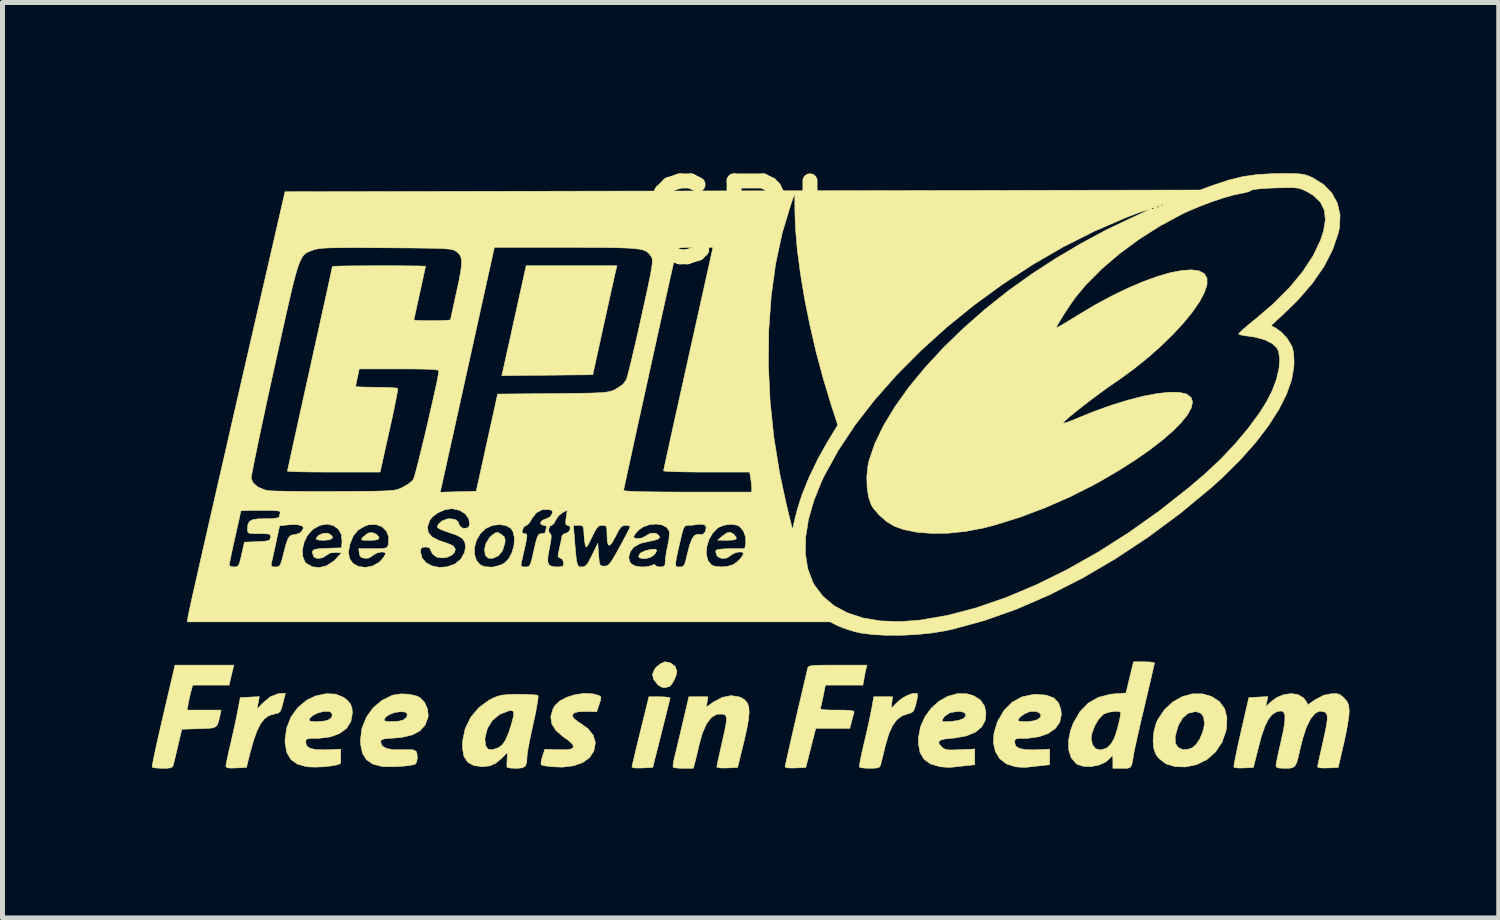
<source format=kicad_pcb>
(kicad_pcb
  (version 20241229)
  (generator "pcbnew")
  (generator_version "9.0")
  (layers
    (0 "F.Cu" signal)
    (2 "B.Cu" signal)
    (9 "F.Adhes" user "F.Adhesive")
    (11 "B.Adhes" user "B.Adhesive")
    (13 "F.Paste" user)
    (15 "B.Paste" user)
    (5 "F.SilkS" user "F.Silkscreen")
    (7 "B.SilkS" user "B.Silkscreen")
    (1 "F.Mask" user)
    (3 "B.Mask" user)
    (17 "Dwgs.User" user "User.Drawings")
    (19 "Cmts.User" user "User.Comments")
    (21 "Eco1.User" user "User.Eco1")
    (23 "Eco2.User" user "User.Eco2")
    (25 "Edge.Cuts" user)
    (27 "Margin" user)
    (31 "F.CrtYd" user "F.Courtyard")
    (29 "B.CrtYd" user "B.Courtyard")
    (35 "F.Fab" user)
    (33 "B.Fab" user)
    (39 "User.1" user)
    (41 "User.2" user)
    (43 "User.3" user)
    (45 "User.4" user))
  (footprint "GPL"
    (layer "F.Cu")
    (at 11.947 1.418)
    (property "Reference" "GPL" (at 0 0 0) (layer "F.SilkS") (effects (font (size 1.524 1.524) (thickness 0.3))))
    (attr through_hole)
    (fp_poly (pts (xy -0.256 6.266) (xy -0.253 6.269) (xy -0.209 6.326) (xy -0.216 6.361) (xy -0.281 6.378) (xy -0.393 6.382) (xy -0.585 6.381) (xy -0.491 6.299) (xy -0.398 6.233) (xy -0.325 6.222) (xy -0.256 6.266)) (stroke (width 0.01) (type solid)) (fill yes) (layer "F.SilkS"))
    (fp_poly (pts (xy -8.389 6.249) (xy -8.325 6.3) (xy -8.323 6.342) (xy -8.379 6.372) (xy -8.49 6.383) (xy -8.492 6.383) (xy -8.598 6.378) (xy -8.645 6.36) (xy -8.648 6.342) (xy -8.599 6.283) (xy -8.514 6.245) (xy -8.425 6.238) (xy -8.389 6.249)) (stroke (width 0.01) (type solid)) (fill yes) (layer "F.SilkS"))
    (fp_poly (pts (xy -1.806 6.584) (xy -1.832 6.641) (xy -1.872 6.684) (xy -1.94 6.727) (xy -2.026 6.749) (xy -2.107 6.75) (xy -2.162 6.728) (xy -2.172 6.702) (xy -2.141 6.642) (xy -2.045 6.595) (xy -1.929 6.566) (xy -1.838 6.56) (xy -1.806 6.584)) (stroke (width 0.01) (type solid)) (fill yes) (layer "F.SilkS"))
    (fp_poly (pts (xy -7.431 6.265) (xy -7.389 6.318) (xy -7.386 6.334) (xy -7.403 6.364) (xy -7.463 6.379) (xy -7.575 6.383) (xy -7.681 6.382) (xy -7.731 6.375) (xy -7.736 6.356) (xy -7.707 6.32) (xy -7.704 6.317) (xy -7.635 6.259) (xy -7.583 6.232) (xy -7.506 6.231) (xy -7.431 6.265)) (stroke (width 0.01) (type solid)) (fill yes) (layer "F.SilkS"))
    (fp_poly (pts (xy -4.93 6.263) (xy -4.928 6.265) (xy -4.869 6.314) (xy -4.851 6.373) (xy -4.858 6.444) (xy -4.905 6.592) (xy -4.987 6.694) (xy -5.096 6.743) (xy -5.108 6.745) (xy -5.19 6.741) (xy -5.237 6.699) (xy -5.252 6.671) (xy -5.267 6.564) (xy -5.236 6.442) (xy -5.166 6.329) (xy -5.107 6.273) (xy -5.042 6.23) (xy -4.994 6.227) (xy -4.93 6.263)) (stroke (width 0.01) (type solid)) (fill yes) (layer "F.SilkS"))
    (fp_poly (pts (xy -2.629 0.961) (xy -2.642 1.016) (xy -2.667 1.127) (xy -2.702 1.286) (xy -2.746 1.484) (xy -2.796 1.711) (xy -2.851 1.959) (xy -2.872 2.055) (xy -3.092 3.058) (xy -4.92 3.076) (xy -4.903 3) (xy -4.891 2.95) (xy -4.867 2.842) (xy -4.833 2.687) (xy -4.789 2.492) (xy -4.739 2.266) (xy -4.685 2.018) (xy -4.658 1.897) (xy -4.431 0.869) (xy -2.606 0.869) (xy -2.629 0.961)) (stroke (width 0.01) (type solid)) (fill yes) (layer "F.SilkS"))
    (fp_poly (pts (xy -1.522 8.849) (xy -1.44 8.915) (xy -1.404 9.007) (xy -1.404 9.017) (xy -1.419 9.096) (xy -1.457 9.188) (xy -1.504 9.269) (xy -1.551 9.319) (xy -1.568 9.324) (xy -1.625 9.336) (xy -1.647 9.343) (xy -1.703 9.335) (xy -1.775 9.292) (xy -1.783 9.285) (xy -1.871 9.177) (xy -1.893 9.072) (xy -1.849 8.968) (xy -1.811 8.924) (xy -1.729 8.86) (xy -1.65 8.825) (xy -1.631 8.823) (xy -1.522 8.849)) (stroke (width 0.01) (type solid)) (fill yes) (layer "F.SilkS"))
    (fp_poly (pts (xy -1.642 9.529) (xy -1.566 9.538) (xy -1.539 9.55) (xy -1.548 9.589) (xy -1.57 9.682) (xy -1.605 9.82) (xy -1.648 9.994) (xy -1.698 10.193) (xy -1.715 10.26) (xy -1.888 10.945) (xy -2.097 10.955) (xy -2.205 10.957) (xy -2.281 10.95) (xy -2.306 10.939) (xy -2.299 10.9) (xy -2.277 10.806) (xy -2.245 10.667) (xy -2.203 10.492) (xy -2.154 10.292) (xy -2.136 10.218) (xy -1.965 9.525) (xy -1.751 9.525) (xy -1.642 9.529)) (stroke (width 0.01) (type solid)) (fill yes) (layer "F.SilkS"))
    (fp_poly (pts (xy -9.315 9.655) (xy -9.344 9.764) (xy -9.373 9.825) (xy -9.414 9.855) (xy -9.482 9.87) (xy -9.491 9.872) (xy -9.595 9.903) (xy -9.685 9.967) (xy -9.764 10.068) (xy -9.837 10.214) (xy -9.907 10.411) (xy -9.978 10.666) (xy -10.002 10.762) (xy -10.047 10.945) (xy -10.254 10.955) (xy -10.372 10.958) (xy -10.436 10.949) (xy -10.46 10.926) (xy -10.461 10.917) (xy -10.453 10.866) (xy -10.433 10.765) (xy -10.404 10.631) (xy -10.374 10.506) (xy -10.331 10.316) (xy -10.285 10.111) (xy -10.246 9.922) (xy -10.23 9.842) (xy -10.172 9.542) (xy -9.789 9.522) (xy -9.812 9.648) (xy -9.836 9.775) (xy -9.72 9.651) (xy -9.568 9.525) (xy -9.412 9.464) (xy -9.343 9.458) (xy -9.265 9.458) (xy -9.315 9.655)) (stroke (width 0.01) (type solid)) (fill yes) (layer "F.SilkS"))
    (fp_poly (pts (xy -10.327 8.999) (xy -10.353 9.107) (xy -10.375 9.199) (xy -10.395 9.291) (xy -11.126 9.291) (xy -11.161 9.416) (xy -11.192 9.54) (xy -11.217 9.664) (xy -11.217 9.667) (xy -11.238 9.792) (xy -10.556 9.792) (xy -10.579 9.901) (xy -10.605 10.013) (xy -10.631 10.086) (xy -10.672 10.13) (xy -10.741 10.153) (xy -10.851 10.162) (xy -11.002 10.167) (xy -11.345 10.177) (xy -11.42 10.494) (xy -11.454 10.64) (xy -11.485 10.768) (xy -11.507 10.859) (xy -11.513 10.887) (xy -11.531 10.929) (xy -11.568 10.952) (xy -11.642 10.961) (xy -11.729 10.962) (xy -11.837 10.958) (xy -11.915 10.948) (xy -11.942 10.937) (xy -11.938 10.899) (xy -11.92 10.805) (xy -11.891 10.662) (xy -11.851 10.477) (xy -11.802 10.26) (xy -11.747 10.019) (xy -11.719 9.901) (xy -11.483 8.89) (xy -10.299 8.89) (xy -10.327 8.999)) (stroke (width 0.01) (type solid)) (fill yes) (layer "F.SilkS"))
    (fp_poly (pts (xy 3.429 9.467) (xy 3.431 9.506) (xy 3.417 9.588) (xy 3.4 9.662) (xy 3.369 9.768) (xy 3.336 9.825) (xy 3.288 9.853) (xy 3.257 9.861) (xy 3.124 9.905) (xy 3.017 9.984) (xy 2.928 10.104) (xy 2.853 10.273) (xy 2.785 10.501) (xy 2.775 10.544) (xy 2.741 10.684) (xy 2.711 10.803) (xy 2.691 10.884) (xy 2.686 10.904) (xy 2.663 10.938) (xy 2.609 10.956) (xy 2.507 10.962) (xy 2.473 10.962) (xy 2.365 10.958) (xy 2.288 10.948) (xy 2.262 10.937) (xy 2.264 10.897) (xy 2.28 10.805) (xy 2.307 10.673) (xy 2.343 10.513) (xy 2.356 10.459) (xy 2.401 10.268) (xy 2.444 10.076) (xy 2.481 9.904) (xy 2.506 9.773) (xy 2.508 9.766) (xy 2.551 9.525) (xy 2.928 9.525) (xy 2.914 9.642) (xy 2.9 9.758) (xy 3.031 9.628) (xy 3.123 9.554) (xy 3.228 9.496) (xy 3.328 9.46) (xy 3.404 9.455) (xy 3.429 9.467)) (stroke (width 0.01) (type solid)) (fill yes) (layer "F.SilkS"))
    (fp_poly (pts (xy -3.093 9.465) (xy -2.995 9.49) (xy -2.945 9.512) (xy -2.927 9.541) (xy -2.937 9.597) (xy -2.962 9.674) (xy -3.014 9.826) (xy -3.229 9.82) (xy -3.382 9.826) (xy -3.474 9.854) (xy -3.505 9.9) (xy -3.472 9.962) (xy -3.376 10.036) (xy -3.343 10.055) (xy -3.185 10.169) (xy -3.083 10.298) (xy -3.042 10.435) (xy -3.041 10.455) (xy -3.071 10.616) (xy -3.158 10.748) (xy -3.295 10.847) (xy -3.478 10.912) (xy -3.703 10.939) (xy -3.933 10.929) (xy -4.036 10.915) (xy -4.109 10.898) (xy -4.129 10.888) (xy -4.133 10.846) (xy -4.116 10.765) (xy -4.103 10.722) (xy -4.055 10.578) (xy -3.786 10.589) (xy -3.619 10.589) (xy -3.517 10.571) (xy -3.478 10.533) (xy -3.502 10.475) (xy -3.589 10.396) (xy -3.676 10.336) (xy -3.827 10.209) (xy -3.914 10.071) (xy -3.936 9.924) (xy -3.892 9.77) (xy -3.856 9.707) (xy -3.759 9.611) (xy -3.615 9.535) (xy -3.444 9.482) (xy -3.263 9.457) (xy -3.093 9.465)) (stroke (width 0.01) (type solid)) (fill yes) (layer "F.SilkS"))
    (fp_poly (pts (xy 9.156 9.467) (xy 9.335 9.519) (xy 9.491 9.62) (xy 9.595 9.76) (xy 9.643 9.937) (xy 9.636 10.149) (xy 9.626 10.206) (xy 9.546 10.438) (xy 9.416 10.632) (xy 9.244 10.784) (xy 9.038 10.887) (xy 8.808 10.935) (xy 8.602 10.928) (xy 8.42 10.873) (xy 8.278 10.764) (xy 8.218 10.685) (xy 8.174 10.565) (xy 8.16 10.407) (xy 8.167 10.332) (xy 8.604 10.332) (xy 8.608 10.455) (xy 8.661 10.542) (xy 8.752 10.585) (xy 8.87 10.579) (xy 8.954 10.546) (xy 9.029 10.478) (xy 9.101 10.367) (xy 9.157 10.234) (xy 9.188 10.103) (xy 9.191 10.06) (xy 9.175 9.932) (xy 9.124 9.857) (xy 9.031 9.827) (xy 8.995 9.826) (xy 8.864 9.857) (xy 8.754 9.95) (xy 8.668 10.099) (xy 8.609 10.304) (xy 8.604 10.332) (xy 8.167 10.332) (xy 8.175 10.234) (xy 8.218 10.068) (xy 8.253 9.987) (xy 8.387 9.787) (xy 8.554 9.63) (xy 8.745 9.522) (xy 8.949 9.466) (xy 9.156 9.467)) (stroke (width 0.01) (type solid)) (fill yes) (layer "F.SilkS"))
    (fp_poly (pts (xy 2.396 8.965) (xy 2.377 9.049) (xy 2.357 9.155) (xy 2.355 9.166) (xy 2.332 9.291) (xy 1.579 9.291) (xy 1.539 9.495) (xy 1.515 9.611) (xy 1.494 9.703) (xy 1.481 9.746) (xy 1.484 9.767) (xy 1.519 9.781) (xy 1.596 9.789) (xy 1.725 9.792) (xy 1.817 9.792) (xy 1.981 9.794) (xy 2.088 9.801) (xy 2.143 9.813) (xy 2.157 9.832) (xy 2.156 9.834) (xy 2.14 9.891) (xy 2.115 9.983) (xy 2.106 10.018) (xy 2.07 10.16) (xy 1.386 10.16) (xy 1.286 10.553) (xy 1.186 10.945) (xy 0.978 10.955) (xy 0.869 10.956) (xy 0.794 10.948) (xy 0.769 10.934) (xy 0.776 10.895) (xy 0.797 10.799) (xy 0.83 10.652) (xy 0.873 10.463) (xy 0.924 10.238) (xy 0.982 9.986) (xy 1.045 9.713) (xy 1.112 9.428) (xy 1.18 9.137) (xy 1.22 8.965) (xy 1.228 8.938) (xy 1.245 8.919) (xy 1.279 8.905) (xy 1.34 8.897) (xy 1.437 8.892) (xy 1.581 8.89) (xy 1.78 8.89) (xy 1.826 8.89) (xy 2.414 8.89) (xy 2.396 8.965)) (stroke (width 0.01) (type solid)) (fill yes) (layer "F.SilkS"))
    (fp_poly (pts (xy -0.156 9.525) (xy -0.102 9.548) (xy -0.034 9.593) (xy 0.014 9.652) (xy 0.041 9.732) (xy 0.048 9.84) (xy 0.035 9.984) (xy 0.001 10.173) (xy -0.053 10.413) (xy -0.093 10.578) (xy -0.184 10.945) (xy -0.393 10.955) (xy -0.506 10.956) (xy -0.58 10.947) (xy -0.602 10.933) (xy -0.594 10.89) (xy -0.575 10.795) (xy -0.545 10.661) (xy -0.509 10.501) (xy -0.501 10.466) (xy -0.455 10.262) (xy -0.424 10.113) (xy -0.408 10.01) (xy -0.408 9.944) (xy -0.422 9.905) (xy -0.45 9.884) (xy -0.481 9.874) (xy -0.601 9.875) (xy -0.711 9.941) (xy -0.808 10.069) (xy -0.891 10.258) (xy -0.953 10.477) (xy -0.985 10.616) (xy -1.017 10.748) (xy -1.039 10.837) (xy -1.072 10.962) (xy -1.266 10.962) (xy -1.373 10.959) (xy -1.451 10.951) (xy -1.478 10.943) (xy -1.481 10.903) (xy -1.468 10.82) (xy -1.453 10.751) (xy -1.43 10.658) (xy -1.396 10.515) (xy -1.354 10.34) (xy -1.309 10.148) (xy -1.286 10.051) (xy -1.163 9.525) (xy -0.78 9.525) (xy -0.795 9.627) (xy -0.81 9.73) (xy -0.664 9.628) (xy -0.491 9.537) (xy -0.318 9.502) (xy -0.156 9.525)) (stroke (width 0.01) (type solid)) (fill yes) (layer "F.SilkS"))
    (fp_poly (pts (xy 4.416 9.464) (xy 4.555 9.504) (xy 4.692 9.589) (xy 4.773 9.709) (xy 4.803 9.833) (xy 4.791 9.995) (xy 4.72 10.13) (xy 4.592 10.236) (xy 4.41 10.311) (xy 4.175 10.354) (xy 4.134 10.357) (xy 3.981 10.373) (xy 3.889 10.397) (xy 3.854 10.432) (xy 3.87 10.482) (xy 3.912 10.529) (xy 3.953 10.564) (xy 4.001 10.585) (xy 4.072 10.593) (xy 4.184 10.592) (xy 4.282 10.588) (xy 4.579 10.574) (xy 4.579 10.89) (xy 4.387 10.911) (xy 4.264 10.924) (xy 4.158 10.936) (xy 4.111 10.941) (xy 4.026 10.942) (xy 3.913 10.933) (xy 3.872 10.927) (xy 3.69 10.874) (xy 3.56 10.781) (xy 3.48 10.645) (xy 3.447 10.463) (xy 3.448 10.347) (xy 3.489 10.128) (xy 3.545 10.003) (xy 3.924 10.003) (xy 3.933 10.022) (xy 3.981 10.027) (xy 4.081 10.022) (xy 4.108 10.02) (xy 4.256 9.999) (xy 4.352 9.963) (xy 4.369 9.949) (xy 4.402 9.89) (xy 4.375 9.845) (xy 4.295 9.821) (xy 4.229 9.819) (xy 4.076 9.847) (xy 3.973 9.918) (xy 3.941 9.965) (xy 3.924 10.003) (xy 3.545 10.003) (xy 3.578 9.928) (xy 3.704 9.755) (xy 3.86 9.615) (xy 4.037 9.516) (xy 4.225 9.463) (xy 4.416 9.464)) (stroke (width 0.01) (type solid)) (fill yes) (layer "F.SilkS"))
    (fp_poly (pts (xy 6.018 9.493) (xy 6.164 9.548) (xy 6.26 9.645) (xy 6.309 9.784) (xy 6.317 9.89) (xy 6.286 10.037) (xy 6.197 10.162) (xy 6.057 10.26) (xy 5.873 10.327) (xy 5.651 10.359) (xy 5.575 10.361) (xy 5.466 10.362) (xy 5.408 10.373) (xy 5.385 10.398) (xy 5.381 10.445) (xy 5.402 10.515) (xy 5.471 10.562) (xy 5.591 10.586) (xy 5.769 10.591) (xy 5.824 10.589) (xy 6.083 10.577) (xy 6.083 10.89) (xy 5.89 10.911) (xy 5.768 10.924) (xy 5.662 10.936) (xy 5.615 10.941) (xy 5.528 10.942) (xy 5.416 10.933) (xy 5.388 10.929) (xy 5.215 10.873) (xy 5.083 10.771) (xy 4.995 10.629) (xy 4.954 10.456) (xy 4.964 10.258) (xy 5.028 10.045) (xy 5.038 10.021) (xy 5.051 9.998) (xy 5.448 9.998) (xy 5.477 10.017) (xy 5.551 10.025) (xy 5.648 10.023) (xy 5.746 10.011) (xy 5.825 9.99) (xy 5.83 9.988) (xy 5.897 9.939) (xy 5.908 9.888) (xy 5.873 9.845) (xy 5.802 9.819) (xy 5.705 9.821) (xy 5.669 9.829) (xy 5.578 9.869) (xy 5.498 9.925) (xy 5.452 9.98) (xy 5.448 9.998) (xy 5.051 9.998) (xy 5.166 9.8) (xy 5.329 9.636) (xy 5.525 9.528) (xy 5.75 9.479) (xy 5.818 9.476) (xy 6.018 9.493)) (stroke (width 0.01) (type solid)) (fill yes) (layer "F.SilkS"))
    (fp_poly (pts (xy -8.258 9.472) (xy -8.096 9.537) (xy -8.019 9.599) (xy -7.956 9.675) (xy -7.927 9.756) (xy -7.921 9.861) (xy -7.951 10.025) (xy -8.038 10.16) (xy -8.177 10.263) (xy -8.364 10.331) (xy -8.594 10.36) (xy -8.645 10.361) (xy -8.76 10.362) (xy -8.823 10.371) (xy -8.85 10.393) (xy -8.857 10.434) (xy -8.857 10.445) (xy -8.835 10.515) (xy -8.767 10.562) (xy -8.647 10.586) (xy -8.469 10.591) (xy -8.414 10.589) (xy -8.155 10.577) (xy -8.155 10.703) (xy -8.154 10.791) (xy -8.154 10.848) (xy -8.154 10.853) (xy -8.183 10.878) (xy -8.264 10.9) (xy -8.38 10.919) (xy -8.516 10.932) (xy -8.656 10.938) (xy -8.785 10.934) (xy -8.844 10.928) (xy -9.024 10.878) (xy -9.154 10.786) (xy -9.235 10.649) (xy -9.271 10.465) (xy -9.273 10.392) (xy -9.24 10.152) (xy -9.179 9.998) (xy -8.79 9.998) (xy -8.76 10.016) (xy -8.686 10.025) (xy -8.588 10.024) (xy -8.489 10.013) (xy -8.408 9.994) (xy -8.408 9.994) (xy -8.341 9.947) (xy -8.322 9.887) (xy -8.35 9.837) (xy -8.397 9.818) (xy -8.501 9.82) (xy -8.612 9.85) (xy -8.71 9.898) (xy -8.775 9.957) (xy -8.79 9.998) (xy -9.179 9.998) (xy -9.153 9.932) (xy -9.017 9.743) (xy -8.841 9.596) (xy -8.663 9.51) (xy -8.449 9.463) (xy -8.258 9.472)) (stroke (width 0.01) (type solid)) (fill yes) (layer "F.SilkS"))
    (fp_poly (pts (xy -6.775 9.475) (xy -6.628 9.51) (xy -6.558 9.545) (xy -6.471 9.636) (xy -6.414 9.763) (xy -6.396 9.897) (xy -6.402 9.938) (xy -6.459 10.093) (xy -6.563 10.209) (xy -6.716 10.291) (xy -6.922 10.339) (xy -7.077 10.354) (xy -7.214 10.363) (xy -7.297 10.375) (xy -7.338 10.393) (xy -7.352 10.42) (xy -7.353 10.431) (xy -7.323 10.511) (xy -7.234 10.564) (xy -7.085 10.589) (xy -6.919 10.589) (xy -6.776 10.585) (xy -6.688 10.593) (xy -6.64 10.621) (xy -6.621 10.676) (xy -6.617 10.765) (xy -6.617 10.765) (xy -6.631 10.841) (xy -6.662 10.881) (xy -6.747 10.901) (xy -6.875 10.917) (xy -7.025 10.927) (xy -7.173 10.931) (xy -7.296 10.927) (xy -7.33 10.924) (xy -7.508 10.877) (xy -7.635 10.792) (xy -7.716 10.664) (xy -7.754 10.487) (xy -7.758 10.388) (xy -7.728 10.157) (xy -7.663 9.995) (xy -7.286 9.995) (xy -7.256 10.015) (xy -7.182 10.024) (xy -7.084 10.024) (xy -6.984 10.014) (xy -6.904 9.994) (xy -6.834 9.943) (xy -6.818 9.893) (xy -6.828 9.851) (xy -6.869 9.831) (xy -6.959 9.826) (xy -6.964 9.826) (xy -7.073 9.842) (xy -7.176 9.882) (xy -7.254 9.936) (xy -7.286 9.993) (xy -7.286 9.995) (xy -7.663 9.995) (xy -7.642 9.941) (xy -7.507 9.751) (xy -7.333 9.601) (xy -7.128 9.5) (xy -7.093 9.489) (xy -6.94 9.467) (xy -6.775 9.475)) (stroke (width 0.01) (type solid)) (fill yes) (layer "F.SilkS"))
    (fp_poly (pts (xy -4.425 9.477) (xy -4.301 9.483) (xy -4.219 9.492) (xy -4.192 9.5) (xy -4.19 9.539) (xy -4.203 9.632) (xy -4.226 9.768) (xy -4.259 9.935) (xy -4.289 10.072) (xy -4.33 10.262) (xy -4.366 10.435) (xy -4.393 10.579) (xy -4.409 10.679) (xy -4.412 10.716) (xy -4.419 10.843) (xy -4.446 10.917) (xy -4.506 10.952) (xy -4.61 10.962) (xy -4.633 10.962) (xy -4.733 10.958) (xy -4.8 10.947) (xy -4.816 10.937) (xy -4.817 10.89) (xy -4.814 10.805) (xy -4.813 10.778) (xy -4.807 10.645) (xy -4.918 10.757) (xy -5.038 10.859) (xy -5.159 10.913) (xy -5.308 10.929) (xy -5.318 10.929) (xy -5.484 10.906) (xy -5.604 10.839) (xy -5.679 10.723) (xy -5.71 10.558) (xy -5.707 10.417) (xy -5.7 10.381) (xy -5.258 10.381) (xy -5.246 10.507) (xy -5.196 10.577) (xy -5.111 10.591) (xy -4.99 10.549) (xy -4.983 10.546) (xy -4.908 10.489) (xy -4.844 10.394) (xy -4.783 10.252) (xy -4.732 10.095) (xy -4.693 9.952) (xy -4.679 9.862) (xy -4.691 9.815) (xy -4.732 9.802) (xy -4.788 9.81) (xy -4.965 9.88) (xy -5.109 10.001) (xy -5.209 10.161) (xy -5.256 10.349) (xy -5.258 10.381) (xy -5.7 10.381) (xy -5.655 10.166) (xy -5.544 9.938) (xy -5.381 9.743) (xy -5.173 9.591) (xy -5.097 9.552) (xy -5.007 9.515) (xy -4.917 9.493) (xy -4.807 9.48) (xy -4.658 9.475) (xy -4.573 9.475) (xy -4.425 9.477)) (stroke (width 0.01) (type solid)) (fill yes) (layer "F.SilkS"))
    (fp_poly (pts (xy 8.086 8.826) (xy 8.162 8.835) (xy 8.188 8.845) (xy 8.181 8.883) (xy 8.16 8.976) (xy 8.128 9.117) (xy 8.086 9.296) (xy 8.037 9.504) (xy 7.99 9.706) (xy 7.934 9.941) (xy 7.883 10.161) (xy 7.839 10.356) (xy 7.804 10.515) (xy 7.78 10.628) (xy 7.77 10.678) (xy 7.749 10.815) (xy 7.729 10.899) (xy 7.7 10.943) (xy 7.652 10.96) (xy 7.574 10.962) (xy 7.536 10.962) (xy 7.353 10.962) (xy 7.353 10.821) (xy 7.351 10.736) (xy 7.342 10.708) (xy 7.319 10.729) (xy 7.304 10.75) (xy 7.207 10.837) (xy 7.07 10.897) (xy 6.916 10.927) (xy 6.764 10.923) (xy 6.637 10.881) (xy 6.608 10.861) (xy 6.515 10.748) (xy 6.466 10.594) (xy 6.461 10.41) (xy 6.47 10.365) (xy 6.918 10.365) (xy 6.942 10.49) (xy 7.008 10.569) (xy 7.102 10.594) (xy 7.215 10.561) (xy 7.248 10.54) (xy 7.314 10.472) (xy 7.371 10.378) (xy 7.377 10.365) (xy 7.412 10.27) (xy 7.447 10.153) (xy 7.477 10.033) (xy 7.5 9.928) (xy 7.509 9.855) (xy 7.506 9.834) (xy 7.451 9.817) (xy 7.36 9.82) (xy 7.258 9.84) (xy 7.174 9.872) (xy 7.156 9.883) (xy 7.064 9.98) (xy 6.985 10.116) (xy 6.932 10.262) (xy 6.918 10.365) (xy 6.47 10.365) (xy 6.501 10.207) (xy 6.561 10.047) (xy 6.694 9.82) (xy 6.861 9.65) (xy 7.064 9.535) (xy 7.307 9.474) (xy 7.389 9.466) (xy 7.616 9.449) (xy 7.691 9.136) (xy 7.767 8.823) (xy 7.977 8.823) (xy 8.086 8.826)) (stroke (width 0.01) (type solid)) (fill yes) (layer "F.SilkS"))
    (fp_poly (pts (xy 11.902 9.476) (xy 11.965 9.521) (xy 11.997 9.552) (xy 12.059 9.624) (xy 12.089 9.696) (xy 12.098 9.798) (xy 12.098 9.832) (xy 12.09 9.93) (xy 12.068 10.076) (xy 12.036 10.251) (xy 11.997 10.436) (xy 11.987 10.477) (xy 11.878 10.945) (xy 11.671 10.955) (xy 11.558 10.956) (xy 11.484 10.947) (xy 11.463 10.933) (xy 11.471 10.89) (xy 11.49 10.795) (xy 11.52 10.661) (xy 11.556 10.501) (xy 11.564 10.466) (xy 11.611 10.253) (xy 11.643 10.096) (xy 11.658 9.984) (xy 11.657 9.91) (xy 11.642 9.863) (xy 11.612 9.835) (xy 11.605 9.831) (xy 11.506 9.813) (xy 11.412 9.859) (xy 11.322 9.97) (xy 11.238 10.142) (xy 11.162 10.375) (xy 11.112 10.578) (xy 11.075 10.741) (xy 11.044 10.85) (xy 11.009 10.916) (xy 10.962 10.949) (xy 10.894 10.961) (xy 10.811 10.962) (xy 10.702 10.958) (xy 10.646 10.943) (xy 10.628 10.914) (xy 10.628 10.908) (xy 10.635 10.856) (xy 10.655 10.754) (xy 10.685 10.614) (xy 10.723 10.451) (xy 10.73 10.418) (xy 10.78 10.191) (xy 10.806 10.021) (xy 10.808 9.905) (xy 10.785 9.836) (xy 10.736 9.81) (xy 10.661 9.82) (xy 10.64 9.828) (xy 10.553 9.881) (xy 10.476 9.977) (xy 10.405 10.121) (xy 10.336 10.32) (xy 10.283 10.516) (xy 10.175 10.945) (xy 9.986 10.955) (xy 9.881 10.956) (xy 9.807 10.949) (xy 9.783 10.939) (xy 9.786 10.899) (xy 9.802 10.805) (xy 9.83 10.666) (xy 9.866 10.492) (xy 9.911 10.292) (xy 9.926 10.227) (xy 10.083 9.542) (xy 10.467 9.521) (xy 10.444 9.625) (xy 10.421 9.728) (xy 10.508 9.642) (xy 10.641 9.541) (xy 10.789 9.481) (xy 10.938 9.461) (xy 11.074 9.483) (xy 11.182 9.547) (xy 11.23 9.609) (xy 11.271 9.685) (xy 11.415 9.584) (xy 11.592 9.493) (xy 11.727 9.466) (xy 11.833 9.46) (xy 11.902 9.476)) (stroke (width 0.01) (type solid)) (fill yes) (layer "F.SilkS"))
    (fp_poly (pts (xy 11.028 -0.981) (xy 11.131 -0.973) (xy 11.21 -0.959) (xy 11.281 -0.936) (xy 11.357 -0.903) (xy 11.363 -0.9) (xy 11.585 -0.763) (xy 11.752 -0.589) (xy 11.863 -0.384) (xy 11.915 -0.152) (xy 11.905 0.1) (xy 11.883 0.204) (xy 11.768 0.544) (xy 11.596 0.88) (xy 11.364 1.216) (xy 11.07 1.556) (xy 10.77 1.849) (xy 10.529 2.071) (xy 10.623 2.12) (xy 10.745 2.209) (xy 10.86 2.338) (xy 10.944 2.478) (xy 10.962 2.523) (xy 10.982 2.628) (xy 10.991 2.769) (xy 10.989 2.885) (xy 10.944 3.156) (xy 10.841 3.449) (xy 10.683 3.762) (xy 10.472 4.09) (xy 10.212 4.429) (xy 9.905 4.774) (xy 9.554 5.122) (xy 9.329 5.325) (xy 8.706 5.841) (xy 8.063 6.318) (xy 7.407 6.752) (xy 6.744 7.14) (xy 6.08 7.478) (xy 5.42 7.765) (xy 4.77 7.995) (xy 4.136 8.168) (xy 3.973 8.203) (xy 3.705 8.246) (xy 3.411 8.276) (xy 3.106 8.29) (xy 2.809 8.291) (xy 2.533 8.276) (xy 2.297 8.246) (xy 2.184 8.222) (xy 2.042 8.18) (xy 1.906 8.132) (xy 1.809 8.09) (xy 1.674 8.021) (xy -11.237 8.021) (xy -11.215 7.879) (xy -11.204 7.829) (xy -11.18 7.718) (xy -11.143 7.55) (xy -11.093 7.329) (xy -11.032 7.059) (xy -10.992 6.883) (xy -10.394 6.883) (xy -10.365 6.908) (xy -10.297 6.918) (xy -10.247 6.915) (xy -10.216 6.896) (xy -9.551 6.896) (xy -9.516 6.916) (xy -9.467 6.918) (xy -9.42 6.915) (xy -9.387 6.898) (xy -9.36 6.854) (xy -9.333 6.771) (xy -9.299 6.635) (xy -9.297 6.628) (xy -9.282 6.57) (xy -8.923 6.57) (xy -8.918 6.706) (xy -8.872 6.816) (xy -8.848 6.843) (xy -8.726 6.914) (xy -8.584 6.93) (xy -8.436 6.892) (xy -8.298 6.803) (xy -8.255 6.761) (xy -8.138 6.634) (xy -8.25 6.623) (xy -8.367 6.637) (xy -8.436 6.682) (xy -8.519 6.733) (xy -8.606 6.749) (xy -8.677 6.73) (xy -8.703 6.698) (xy -8.723 6.632) (xy -8.72 6.618) (xy -7.999 6.618) (xy -7.978 6.748) (xy -7.909 6.846) (xy -7.795 6.909) (xy -7.656 6.926) (xy -7.513 6.898) (xy -7.386 6.827) (xy -7.335 6.778) (xy -7.282 6.707) (xy -7.254 6.655) (xy -7.252 6.648) (xy -7.279 6.621) (xy -7.343 6.618) (xy -7.42 6.635) (xy -7.488 6.671) (xy -7.504 6.686) (xy -7.593 6.74) (xy -7.668 6.744) (xy -7.744 6.725) (xy -7.776 6.675) (xy -7.781 6.642) (xy -7.784 6.616) (xy -6.551 6.616) (xy -6.521 6.737) (xy -6.441 6.832) (xy -6.323 6.896) (xy -6.18 6.926) (xy -6.024 6.916) (xy -5.869 6.862) (xy -5.859 6.857) (xy -5.741 6.759) (xy -5.687 6.663) (xy -5.468 6.663) (xy -5.43 6.783) (xy -5.355 6.872) (xy -5.272 6.911) (xy -5.116 6.923) (xy -5.003 6.896) (xy -4.532 6.896) (xy -4.495 6.916) (xy -4.448 6.918) (xy -4.403 6.916) (xy -4.371 6.901) (xy -4.346 6.862) (xy -4.33 6.812) (xy -3.996 6.812) (xy -3.971 6.877) (xy -3.911 6.909) (xy -3.813 6.918) (xy -3.806 6.918) (xy -3.721 6.913) (xy -3.684 6.89) (xy -3.676 6.839) (xy -3.701 6.765) (xy -3.741 6.742) (xy -3.776 6.728) (xy -3.79 6.7) (xy -3.784 6.641) (xy -3.76 6.535) (xy -3.759 6.529) (xy -3.734 6.418) (xy -3.716 6.331) (xy -3.711 6.294) (xy -3.681 6.259) (xy -3.635 6.244) (xy -3.579 6.215) (xy -3.548 6.163) (xy -3.547 6.112) (xy -3.584 6.083) (xy -3.594 6.083) (xy -3.481 6.083) (xy -3.461 6.342) (xy -3.443 6.55) (xy -3.429 6.701) (xy -3.415 6.804) (xy -3.399 6.867) (xy -3.379 6.902) (xy -3.352 6.916) (xy -3.316 6.918) (xy -3.312 6.918) (xy -3.262 6.911) (xy -3.221 6.881) (xy -3.176 6.817) (xy -3.119 6.705) (xy -3.106 6.679) (xy -2.991 6.441) (xy -2.974 6.671) (xy -2.965 6.792) (xy -2.952 6.861) (xy -2.929 6.892) (xy -2.89 6.901) (xy -2.86 6.901) (xy -2.818 6.897) (xy -2.78 6.878) (xy -2.74 6.834) (xy -2.688 6.757) (xy -2.668 6.722) (xy -2.37 6.722) (xy -2.35 6.813) (xy -2.318 6.857) (xy -2.245 6.897) (xy -2.135 6.917) (xy -2.015 6.915) (xy -1.913 6.889) (xy -1.903 6.884) (xy -1.85 6.866) (xy -1.838 6.884) (xy -1.809 6.908) (xy -1.739 6.918) (xy -1.738 6.918) (xy -1.669 6.911) (xy -1.642 6.875) (xy -1.642 6.874) (xy -1.429 6.874) (xy -1.419 6.905) (xy -1.396 6.916) (xy -1.36 6.918) (xy -1.349 6.918) (xy -1.3 6.915) (xy -1.267 6.895) (xy -1.242 6.846) (xy -1.217 6.755) (xy -1.195 6.661) (xy -0.811 6.661) (xy -0.781 6.787) (xy -0.711 6.876) (xy -0.628 6.907) (xy -0.51 6.917) (xy -0.383 6.905) (xy -0.275 6.872) (xy -0.268 6.868) (xy -0.185 6.81) (xy -0.113 6.735) (xy -0.071 6.665) (xy -0.069 6.654) (xy 1.178 6.654) (xy 1.226 6.955) (xy 1.326 7.221) (xy 1.358 7.28) (xy 1.529 7.507) (xy 1.751 7.694) (xy 2.02 7.839) (xy 2.332 7.942) (xy 2.685 8.001) (xy 3.073 8.016) (xy 3.477 7.986) (xy 4.029 7.891) (xy 4.607 7.739) (xy 5.203 7.534) (xy 5.813 7.277) (xy 6.432 6.972) (xy 7.053 6.622) (xy 7.671 6.229) (xy 8.28 5.797) (xy 8.875 5.328) (xy 9.191 5.059) (xy 9.505 4.766) (xy 9.802 4.453) (xy 10.07 4.134) (xy 10.299 3.823) (xy 10.439 3.601) (xy 10.555 3.372) (xy 10.639 3.145) (xy 10.689 2.933) (xy 10.703 2.744) (xy 10.68 2.591) (xy 10.647 2.522) (xy 10.551 2.43) (xy 10.4 2.355) (xy 10.207 2.303) (xy 10.101 2.287) (xy 9.99 2.272) (xy 9.909 2.255) (xy 9.877 2.242) (xy 9.897 2.214) (xy 9.96 2.154) (xy 10.057 2.07) (xy 10.178 1.97) (xy 10.197 1.956) (xy 10.573 1.635) (xy 10.897 1.311) (xy 11.166 0.986) (xy 11.376 0.665) (xy 11.525 0.352) (xy 11.585 0.167) (xy 11.62 -0.058) (xy 11.599 -0.249) (xy 11.519 -0.409) (xy 11.379 -0.543) (xy 11.263 -0.613) (xy 11.187 -0.65) (xy 11.123 -0.676) (xy 11.054 -0.692) (xy 10.968 -0.699) (xy 10.848 -0.7) (xy 10.681 -0.696) (xy 10.617 -0.694) (xy 10.435 -0.686) (xy 10.287 -0.675) (xy 10.183 -0.662) (xy 10.134 -0.648) (xy 10.132 -0.646) (xy 10.089 -0.621) (xy 10.002 -0.597) (xy 9.943 -0.586) (xy 9.776 -0.551) (xy 9.568 -0.492) (xy 9.335 -0.414) (xy 9.096 -0.323) (xy 8.867 -0.227) (xy 8.741 -0.168) (xy 8.303 0.068) (xy 7.881 0.336) (xy 7.485 0.628) (xy 7.125 0.936) (xy 6.813 1.25) (xy 6.613 1.489) (xy 6.538 1.593) (xy 6.455 1.715) (xy 6.372 1.841) (xy 6.3 1.958) (xy 6.245 2.051) (xy 6.218 2.108) (xy 6.216 2.115) (xy 6.243 2.105) (xy 6.316 2.064) (xy 6.426 1.999) (xy 6.564 1.915) (xy 6.64 1.868) (xy 6.986 1.661) (xy 7.325 1.478) (xy 7.651 1.32) (xy 7.96 1.188) (xy 8.247 1.084) (xy 8.508 1.008) (xy 8.737 0.964) (xy 8.93 0.951) (xy 9.081 0.971) (xy 9.188 1.026) (xy 9.243 1.117) (xy 9.244 1.119) (xy 9.244 1.246) (xy 9.193 1.404) (xy 9.095 1.588) (xy 8.955 1.792) (xy 8.777 2.011) (xy 8.566 2.241) (xy 8.327 2.474) (xy 8.065 2.707) (xy 7.784 2.934) (xy 7.488 3.15) (xy 7.406 3.206) (xy 7.259 3.308) (xy 7.095 3.426) (xy 6.925 3.553) (xy 6.758 3.681) (xy 6.607 3.8) (xy 6.482 3.903) (xy 6.393 3.981) (xy 6.357 4.018) (xy 6.364 4.031) (xy 6.425 4.016) (xy 6.534 3.975) (xy 6.613 3.942) (xy 6.973 3.796) (xy 7.323 3.67) (xy 7.657 3.567) (xy 7.966 3.488) (xy 8.245 3.435) (xy 8.486 3.409) (xy 8.683 3.411) (xy 8.828 3.443) (xy 8.839 3.448) (xy 8.924 3.515) (xy 8.953 3.608) (xy 8.927 3.725) (xy 8.85 3.864) (xy 8.724 4.02) (xy 8.553 4.192) (xy 8.34 4.377) (xy 8.088 4.571) (xy 7.798 4.773) (xy 7.475 4.978) (xy 7.122 5.185) (xy 6.948 5.281) (xy 6.481 5.515) (xy 5.99 5.73) (xy 5.494 5.917) (xy 5.013 6.068) (xy 4.746 6.138) (xy 4.397 6.204) (xy 4.05 6.24) (xy 3.717 6.245) (xy 3.411 6.22) (xy 3.143 6.165) (xy 2.957 6.097) (xy 2.805 6.003) (xy 2.659 5.876) (xy 2.541 5.737) (xy 2.5 5.67) (xy 2.447 5.517) (xy 2.417 5.324) (xy 2.411 5.11) (xy 2.431 4.899) (xy 2.454 4.787) (xy 2.57 4.445) (xy 2.745 4.083) (xy 2.973 3.705) (xy 3.251 3.315) (xy 3.576 2.919) (xy 3.943 2.522) (xy 4.348 2.128) (xy 4.788 1.741) (xy 5.259 1.367) (xy 5.277 1.354) (xy 5.722 1.036) (xy 6.203 0.724) (xy 6.701 0.429) (xy 7.197 0.161) (xy 7.67 -0.066) (xy 7.676 -0.069) (xy 7.825 -0.136) (xy 7.947 -0.194) (xy 8.033 -0.237) (xy 8.071 -0.259) (xy 8.072 -0.261) (xy 8.038 -0.254) (xy 7.954 -0.225) (xy 7.831 -0.181) (xy 7.679 -0.123) (xy 7.615 -0.098) (xy 6.984 0.174) (xy 6.357 0.49) (xy 5.741 0.847) (xy 5.141 1.239) (xy 4.561 1.662) (xy 4.008 2.111) (xy 3.488 2.582) (xy 3.005 3.068) (xy 2.565 3.567) (xy 2.173 4.072) (xy 1.836 4.58) (xy 1.558 5.085) (xy 1.505 5.197) (xy 1.346 5.589) (xy 1.239 5.966) (xy 1.183 6.322) (xy 1.178 6.654) (xy -0.069 6.654) (xy -0.067 6.643) (xy -0.093 6.619) (xy -0.157 6.617) (xy -0.234 6.636) (xy -0.301 6.669) (xy -0.318 6.684) (xy -0.399 6.738) (xy -0.492 6.749) (xy -0.572 6.719) (xy -0.602 6.684) (xy -0.623 6.617) (xy -0.618 6.583) (xy -0.577 6.568) (xy -0.487 6.557) (xy -0.364 6.551) (xy -0.32 6.551) (xy -0.042 6.551) (xy -0.021 6.448) (xy -0.022 6.322) (xy -0.065 6.201) (xy -0.139 6.11) (xy -0.19 6.08) (xy -0.311 6.061) (xy -0.448 6.077) (xy -0.565 6.123) (xy -0.574 6.129) (xy -0.681 6.235) (xy -0.759 6.369) (xy -0.803 6.516) (xy -0.811 6.661) (xy -1.195 6.661) (xy -1.194 6.658) (xy -1.146 6.474) (xy -1.098 6.351) (xy -1.044 6.281) (xy -0.981 6.26) (xy -0.948 6.265) (xy -0.882 6.266) (xy -0.839 6.219) (xy -0.829 6.198) (xy -0.813 6.116) (xy -0.853 6.069) (xy -0.943 6.06) (xy -0.982 6.065) (xy -1.09 6.079) (xy -1.171 6.083) (xy -1.216 6.086) (xy -1.248 6.105) (xy -1.273 6.151) (xy -1.299 6.238) (xy -1.331 6.375) (xy -1.377 6.575) (xy -1.408 6.718) (xy -1.425 6.815) (xy -1.429 6.874) (xy -1.642 6.874) (xy -1.637 6.81) (xy -1.629 6.718) (xy -1.609 6.593) (xy -1.587 6.49) (xy -1.564 6.367) (xy -1.553 6.26) (xy -1.557 6.2) (xy -1.607 6.122) (xy -1.702 6.074) (xy -1.823 6.056) (xy -1.955 6.069) (xy -2.081 6.114) (xy -2.178 6.183) (xy -2.238 6.252) (xy -2.271 6.305) (xy -2.273 6.314) (xy -2.245 6.342) (xy -2.181 6.349) (xy -2.104 6.336) (xy -2.042 6.304) (xy -2.041 6.304) (xy -1.938 6.244) (xy -1.839 6.238) (xy -1.79 6.261) (xy -1.746 6.312) (xy -1.769 6.353) (xy -1.858 6.385) (xy -1.947 6.401) (xy -2.137 6.446) (xy -2.27 6.52) (xy -2.337 6.608) (xy -2.37 6.722) (xy -2.668 6.722) (xy -2.619 6.637) (xy -2.552 6.517) (xy -2.474 6.372) (xy -2.408 6.248) (xy -2.362 6.157) (xy -2.341 6.11) (xy -2.341 6.108) (xy -2.369 6.09) (xy -2.433 6.083) (xy -2.485 6.09) (xy -2.528 6.12) (xy -2.573 6.185) (xy -2.632 6.299) (xy -2.636 6.306) (xy -2.701 6.426) (xy -2.75 6.482) (xy -2.782 6.474) (xy -2.801 6.401) (xy -2.807 6.262) (xy -2.807 6.258) (xy -2.809 6.156) (xy -2.822 6.104) (xy -2.853 6.085) (xy -2.901 6.083) (xy -2.952 6.089) (xy -2.994 6.117) (xy -3.037 6.179) (xy -3.093 6.286) (xy -3.11 6.321) (xy -3.167 6.437) (xy -3.203 6.501) (xy -3.225 6.517) (xy -3.238 6.495) (xy -3.246 6.463) (xy -3.261 6.365) (xy -3.27 6.247) (xy -3.271 6.225) (xy -3.277 6.136) (xy -3.298 6.095) (xy -3.347 6.083) (xy -3.378 6.083) (xy -3.481 6.083) (xy -3.594 6.083) (xy -3.628 6.073) (xy -3.638 6.033) (xy -3.63 5.947) (xy -3.628 5.93) (xy -3.605 5.778) (xy -3.704 5.829) (xy -3.787 5.898) (xy -3.838 5.981) (xy -3.877 6.052) (xy -3.923 6.083) (xy -3.925 6.083) (xy -3.962 6.109) (xy -3.978 6.169) (xy -3.968 6.229) (xy -3.94 6.256) (xy -3.926 6.29) (xy -3.932 6.377) (xy -3.958 6.522) (xy -3.963 6.542) (xy -3.992 6.703) (xy -3.996 6.812) (xy -4.33 6.812) (xy -4.322 6.787) (xy -4.293 6.665) (xy -4.275 6.584) (xy -4.24 6.433) (xy -4.212 6.335) (xy -4.188 6.28) (xy -4.16 6.256) (xy -4.124 6.25) (xy -4.122 6.25) (xy -4.062 6.239) (xy -4.044 6.219) (xy -4.033 6.163) (xy -4.024 6.135) (xy -4.026 6.094) (xy -4.076 6.083) (xy -4.131 6.065) (xy -4.14 6.025) (xy -4.108 5.982) (xy -4.042 5.956) (xy -4.04 5.956) (xy -3.952 5.915) (xy -3.917 5.866) (xy -3.898 5.808) (xy -3.923 5.78) (xy -3.978 5.765) (xy -4.109 5.768) (xy -4.225 5.83) (xy -4.314 5.945) (xy -4.32 5.958) (xy -4.367 6.036) (xy -4.413 6.079) (xy -4.425 6.083) (xy -4.475 6.112) (xy -4.507 6.18) (xy -4.512 6.219) (xy -4.485 6.246) (xy -4.462 6.25) (xy -4.437 6.251) (xy -4.422 6.26) (xy -4.415 6.285) (xy -4.419 6.336) (xy -4.435 6.422) (xy -4.462 6.551) (xy -4.503 6.731) (xy -4.529 6.843) (xy -4.532 6.896) (xy -5.003 6.896) (xy -4.954 6.885) (xy -4.867 6.84) (xy -4.778 6.75) (xy -4.712 6.623) (xy -4.674 6.478) (xy -4.666 6.334) (xy -4.694 6.21) (xy -4.736 6.144) (xy -4.837 6.086) (xy -4.969 6.067) (xy -5.11 6.085) (xy -5.236 6.142) (xy -5.242 6.146) (xy -5.353 6.254) (xy -5.429 6.385) (xy -5.467 6.526) (xy -5.468 6.663) (xy -5.687 6.663) (xy -5.667 6.627) (xy -5.648 6.513) (xy -5.663 6.416) (xy -5.714 6.343) (xy -5.812 6.286) (xy -5.917 6.248) (xy -6.069 6.196) (xy -6.164 6.157) (xy -6.209 6.127) (xy -6.216 6.112) (xy -6.187 6.051) (xy -6.116 5.993) (xy -6.025 5.956) (xy -5.974 5.949) (xy -5.863 5.962) (xy -5.801 6.004) (xy -5.777 6.066) (xy -5.735 6.125) (xy -5.677 6.143) (xy -5.598 6.131) (xy -5.565 6.072) (xy -5.58 5.968) (xy -5.587 5.946) (xy -5.654 5.85) (xy -5.767 5.781) (xy -5.908 5.75) (xy -5.94 5.749) (xy -6.069 5.772) (xy -6.201 5.83) (xy -6.311 5.91) (xy -6.364 5.978) (xy -6.411 6.113) (xy -6.397 6.224) (xy -6.322 6.313) (xy -6.183 6.385) (xy -6.124 6.405) (xy -6.012 6.443) (xy -5.924 6.48) (xy -5.887 6.503) (xy -5.852 6.565) (xy -5.87 6.627) (xy -5.928 6.682) (xy -6.013 6.722) (xy -6.112 6.738) (xy -6.211 6.723) (xy -6.237 6.713) (xy -6.312 6.655) (xy -6.344 6.592) (xy -6.368 6.536) (xy -6.432 6.518) (xy -6.453 6.517) (xy -6.522 6.526) (xy -6.548 6.567) (xy -6.551 6.616) (xy -7.784 6.616) (xy -7.792 6.551) (xy -7.506 6.551) (xy -7.367 6.55) (xy -7.282 6.544) (xy -7.234 6.53) (xy -7.211 6.504) (xy -7.199 6.467) (xy -7.19 6.32) (xy -7.236 6.199) (xy -7.324 6.111) (xy -7.446 6.066) (xy -7.589 6.071) (xy -7.667 6.096) (xy -7.803 6.176) (xy -7.9 6.292) (xy -7.967 6.453) (xy -7.999 6.618) (xy -8.72 6.618) (xy -8.715 6.59) (xy -8.671 6.564) (xy -8.58 6.551) (xy -8.431 6.544) (xy -8.43 6.543) (xy -8.138 6.534) (xy -8.128 6.406) (xy -8.142 6.263) (xy -8.205 6.154) (xy -8.305 6.085) (xy -8.429 6.058) (xy -8.565 6.081) (xy -8.703 6.156) (xy -8.723 6.172) (xy -8.823 6.286) (xy -8.89 6.424) (xy -8.923 6.57) (xy -9.282 6.57) (xy -9.256 6.47) (xy -9.221 6.367) (xy -9.184 6.306) (xy -9.14 6.277) (xy -9.08 6.268) (xy -9.069 6.268) (xy -8.977 6.237) (xy -8.933 6.194) (xy -8.904 6.137) (xy -8.92 6.104) (xy -8.949 6.087) (xy -9.017 6.071) (xy -9.123 6.067) (xy -9.197 6.072) (xy -9.382 6.091) (xy -9.454 6.429) (xy -9.487 6.58) (xy -9.516 6.712) (xy -9.538 6.808) (xy -9.546 6.843) (xy -9.551 6.896) (xy -10.216 6.896) (xy -10.214 6.895) (xy -10.189 6.845) (xy -10.163 6.751) (xy -10.145 6.669) (xy -10.089 6.42) (xy -9.832 6.41) (xy -9.702 6.403) (xy -9.624 6.393) (xy -9.584 6.375) (xy -9.568 6.343) (xy -9.564 6.325) (xy -9.563 6.286) (xy -9.581 6.263) (xy -9.634 6.253) (xy -9.733 6.25) (xy -9.79 6.25) (xy -9.913 6.249) (xy -9.984 6.242) (xy -10.016 6.224) (xy -10.026 6.189) (xy -10.026 6.164) (xy -10.019 6.067) (xy -9.989 6.005) (xy -9.925 5.969) (xy -9.817 5.952) (xy -9.674 5.949) (xy -9.546 5.946) (xy -9.448 5.937) (xy -9.396 5.924) (xy -9.391 5.918) (xy -9.38 5.862) (xy -9.371 5.835) (xy -9.37 5.812) (xy -9.392 5.797) (xy -9.449 5.788) (xy -9.55 5.783) (xy -9.705 5.782) (xy -9.755 5.782) (xy -9.911 5.783) (xy -10.039 5.785) (xy -10.126 5.789) (xy -10.16 5.793) (xy -10.16 5.793) (xy -10.167 5.828) (xy -10.186 5.916) (xy -10.215 6.048) (xy -10.251 6.211) (xy -10.277 6.326) (xy -10.317 6.506) (xy -10.351 6.663) (xy -10.376 6.786) (xy -10.391 6.864) (xy -10.394 6.883) (xy -10.992 6.883) (xy -10.961 6.744) (xy -10.88 6.388) (xy -10.79 5.995) (xy -10.693 5.569) (xy -10.658 5.417) (xy -6.157 5.417) (xy -5.796 5.407) (xy -5.434 5.397) (xy -5.43 5.381) (xy -2.473 5.381) (xy -2.44 5.39) (xy -2.343 5.398) (xy -2.183 5.404) (xy -1.964 5.409) (xy -1.688 5.412) (xy -1.357 5.414) (xy -1.186 5.414) (xy 0.1 5.414) (xy 0.1 5.339) (xy 0.094 5.255) (xy 0.081 5.15) (xy 0.079 5.138) (xy 0.058 5.013) (xy -0.806 5.013) (xy -1.039 5.012) (xy -1.248 5.009) (xy -1.424 5.005) (xy -1.559 5) (xy -1.645 4.994) (xy -1.671 4.987) (xy -1.664 4.951) (xy -1.644 4.855) (xy -1.611 4.704) (xy -1.567 4.505) (xy -1.514 4.261) (xy -1.452 3.979) (xy -1.382 3.664) (xy -1.306 3.322) (xy -1.225 2.957) (xy -1.205 2.867) (xy 0.435 2.867) (xy 0.469 3.586) (xy 0.544 4.312) (xy 0.661 5.038) (xy 0.792 5.648) (xy 0.918 6.165) (xy 0.972 5.932) (xy 1.014 5.771) (xy 1.068 5.593) (xy 1.111 5.464) (xy 1.248 5.126) (xy 1.419 4.77) (xy 1.609 4.427) (xy 1.646 4.365) (xy 1.827 4.069) (xy 1.684 3.625) (xy 1.53 3.115) (xy 1.39 2.588) (xy 1.267 2.056) (xy 1.161 1.529) (xy 1.077 1.02) (xy 1.014 0.539) (xy 0.977 0.098) (xy 0.967 -0.21) (xy 0.966 -0.29) (xy 8.132 -0.29) (xy 8.137 -0.27) (xy 8.155 -0.267) (xy 8.182 -0.28) (xy 8.177 -0.29) (xy 8.137 -0.294) (xy 8.132 -0.29) (xy 0.966 -0.29) (xy 0.966 -0.323) (xy 8.233 -0.323) (xy 8.237 -0.303) (xy 8.255 -0.301) (xy 8.283 -0.313) (xy 8.277 -0.323) (xy 8.238 -0.327) (xy 8.233 -0.323) (xy 0.966 -0.323) (xy 0.966 -0.351) (xy 8.322 -0.351) (xy 8.339 -0.334) (xy 8.355 -0.351) (xy 8.339 -0.368) (xy 8.322 -0.351) (xy 0.966 -0.351) (xy 0.964 -0.585) (xy 0.882 -0.351) (xy 0.711 0.217) (xy 0.58 0.831) (xy 0.491 1.482) (xy 0.442 2.163) (xy 0.435 2.867) (xy -1.205 2.867) (xy -1.175 2.731) (xy -0.679 0.501) (xy -1.038 0.501) (xy -1.196 0.502) (xy -1.3 0.505) (xy -1.362 0.515) (xy -1.395 0.532) (xy -1.411 0.561) (xy -1.417 0.583) (xy -1.431 0.644) (xy -1.458 0.761) (xy -1.495 0.929) (xy -1.543 1.14) (xy -1.598 1.389) (xy -1.66 1.669) (xy -1.728 1.974) (xy -1.799 2.299) (xy -1.873 2.635) (xy -1.949 2.978) (xy -2.024 3.321) (xy -2.098 3.658) (xy -2.17 3.982) (xy -2.237 4.287) (xy -2.298 4.568) (xy -2.352 4.817) (xy -2.398 5.028) (xy -2.434 5.196) (xy -2.459 5.313) (xy -2.472 5.374) (xy -2.473 5.381) (xy -5.43 5.381) (xy -5.004 3.446) (xy -3.897 3.436) (xy -3.596 3.433) (xy -3.354 3.43) (xy -3.163 3.427) (xy -3.015 3.422) (xy -2.904 3.416) (xy -2.821 3.407) (xy -2.759 3.396) (xy -2.71 3.382) (xy -2.665 3.364) (xy -2.629 3.346) (xy -2.49 3.255) (xy -2.421 3.162) (xy -2.402 3.106) (xy -2.372 2.992) (xy -2.331 2.83) (xy -2.283 2.627) (xy -2.228 2.392) (xy -2.169 2.134) (xy -2.12 1.911) (xy -2.053 1.607) (xy -1.999 1.361) (xy -1.958 1.166) (xy -1.928 1.017) (xy -1.909 0.905) (xy -1.898 0.824) (xy -1.896 0.768) (xy -1.9 0.729) (xy -1.91 0.7) (xy -1.922 0.68) (xy -1.951 0.639) (xy -1.983 0.605) (xy -2.025 0.577) (xy -2.081 0.554) (xy -2.159 0.536) (xy -2.265 0.523) (xy -2.403 0.514) (xy -2.581 0.508) (xy -2.804 0.504) (xy -3.078 0.502) (xy -3.41 0.501) (xy -3.636 0.501) (xy -5.069 0.501) (xy -5.595 2.883) (xy -5.681 3.273) (xy -5.763 3.645) (xy -5.84 3.994) (xy -5.911 4.315) (xy -5.975 4.602) (xy -6.03 4.849) (xy -6.075 5.052) (xy -6.109 5.206) (xy -6.131 5.304) (xy -6.139 5.34) (xy -6.157 5.417) (xy -10.658 5.417) (xy -10.596 5.144) (xy -9.952 5.144) (xy -9.91 5.234) (xy -9.816 5.312) (xy -9.684 5.369) (xy -9.618 5.384) (xy -9.551 5.389) (xy -9.427 5.394) (xy -9.253 5.398) (xy -9.039 5.401) (xy -8.792 5.403) (xy -8.522 5.403) (xy -8.272 5.403) (xy -7.956 5.401) (xy -7.701 5.399) (xy -7.497 5.397) (xy -7.339 5.393) (xy -7.218 5.388) (xy -7.127 5.381) (xy -7.059 5.372) (xy -7.007 5.359) (xy -6.964 5.344) (xy -6.922 5.324) (xy -6.907 5.317) (xy -6.805 5.257) (xy -6.722 5.191) (xy -6.695 5.159) (xy -6.678 5.113) (xy -6.65 5.012) (xy -6.611 4.864) (xy -6.565 4.681) (xy -6.514 4.471) (xy -6.459 4.244) (xy -6.404 4.009) (xy -6.351 3.777) (xy -6.301 3.558) (xy -6.257 3.36) (xy -6.221 3.193) (xy -6.197 3.068) (xy -6.185 2.993) (xy -6.184 2.983) (xy -6.198 2.969) (xy -6.247 2.958) (xy -6.336 2.951) (xy -6.472 2.945) (xy -6.661 2.942) (xy -6.908 2.941) (xy -6.982 2.941) (xy -7.782 2.941) (xy -7.818 3.11) (xy -7.838 3.208) (xy -7.851 3.276) (xy -7.854 3.294) (xy -7.823 3.299) (xy -7.737 3.304) (xy -7.61 3.307) (xy -7.455 3.309) (xy -7.438 3.309) (xy -7.279 3.311) (xy -7.145 3.316) (xy -7.051 3.323) (xy -7.009 3.333) (xy -7.008 3.334) (xy -7.012 3.372) (xy -7.028 3.466) (xy -7.055 3.608) (xy -7.092 3.787) (xy -7.137 3.996) (xy -7.179 4.186) (xy -7.363 5.013) (xy -8.294 5.013) (xy -8.535 5.012) (xy -8.754 5.011) (xy -8.94 5.008) (xy -9.086 5.004) (xy -9.184 4.999) (xy -9.224 4.995) (xy -9.224 4.994) (xy -9.217 4.959) (xy -9.197 4.864) (xy -9.165 4.715) (xy -9.122 4.518) (xy -9.069 4.277) (xy -9.008 4) (xy -8.94 3.691) (xy -8.866 3.355) (xy -8.787 3) (xy -8.773 2.936) (xy -8.694 2.578) (xy -8.619 2.239) (xy -8.55 1.925) (xy -8.487 1.642) (xy -8.433 1.396) (xy -8.388 1.191) (xy -8.354 1.034) (xy -8.332 0.93) (xy -8.322 0.885) (xy -8.322 0.883) (xy -8.29 0.88) (xy -8.199 0.876) (xy -8.059 0.873) (xy -7.877 0.871) (xy -7.662 0.87) (xy -7.423 0.869) (xy -7.386 0.869) (xy -7.144 0.869) (xy -6.925 0.87) (xy -6.738 0.872) (xy -6.591 0.873) (xy -6.492 0.876) (xy -6.451 0.878) (xy -6.45 0.878) (xy -6.457 0.913) (xy -6.476 1.001) (xy -6.505 1.132) (xy -6.54 1.296) (xy -6.567 1.418) (xy -6.607 1.597) (xy -6.64 1.751) (xy -6.666 1.87) (xy -6.681 1.943) (xy -6.684 1.96) (xy -6.653 1.965) (xy -6.569 1.969) (xy -6.444 1.971) (xy -6.317 1.972) (xy -6.169 1.97) (xy -6.049 1.966) (xy -5.972 1.96) (xy -5.949 1.954) (xy -5.942 1.917) (xy -5.923 1.826) (xy -5.894 1.693) (xy -5.858 1.528) (xy -5.83 1.403) (xy -5.779 1.167) (xy -5.745 0.986) (xy -5.728 0.851) (xy -5.729 0.752) (xy -5.746 0.681) (xy -5.781 0.628) (xy -5.826 0.588) (xy -5.852 0.571) (xy -5.881 0.556) (xy -5.922 0.544) (xy -5.979 0.535) (xy -6.06 0.528) (xy -6.171 0.522) (xy -6.319 0.518) (xy -6.511 0.515) (xy -6.752 0.512) (xy -7.05 0.51) (xy -7.242 0.509) (xy -7.581 0.506) (xy -7.86 0.505) (xy -8.085 0.506) (xy -8.264 0.508) (xy -8.402 0.511) (xy -8.508 0.517) (xy -8.587 0.525) (xy -8.646 0.535) (xy -8.693 0.548) (xy -8.707 0.554) (xy -8.762 0.574) (xy -8.81 0.593) (xy -8.852 0.616) (xy -8.89 0.648) (xy -8.925 0.692) (xy -8.959 0.755) (xy -8.994 0.839) (xy -9.032 0.951) (xy -9.073 1.095) (xy -9.119 1.276) (xy -9.172 1.498) (xy -9.233 1.765) (xy -9.304 2.084) (xy -9.387 2.458) (xy -9.483 2.893) (xy -9.49 2.924) (xy -9.571 3.294) (xy -9.648 3.646) (xy -9.718 3.974) (xy -9.782 4.273) (xy -9.837 4.538) (xy -9.883 4.762) (xy -9.918 4.939) (xy -9.942 5.065) (xy -9.952 5.134) (xy -9.952 5.144) (xy -10.596 5.144) (xy -10.589 5.114) (xy -10.479 4.635) (xy -10.365 4.134) (xy -10.246 3.617) (xy -10.233 3.559) (xy -9.273 -0.618) (xy -0.083 -0.635) (xy 9.107 -0.652) (xy 9.358 -0.745) (xy 9.672 -0.85) (xy 9.965 -0.922) (xy 10.263 -0.964) (xy 10.593 -0.982) (xy 10.695 -0.983) (xy 10.888 -0.984) (xy 11.028 -0.981)) (stroke (width 0.01) (type solid)) (fill yes) (layer "F.SilkS")))
  (gr_rect
    (start -3 -3)
    (end 27.049 15.385)
    (stroke (width 0.1) (type default))
    (fill no)
    (layer "Edge.Cuts")))
</source>
